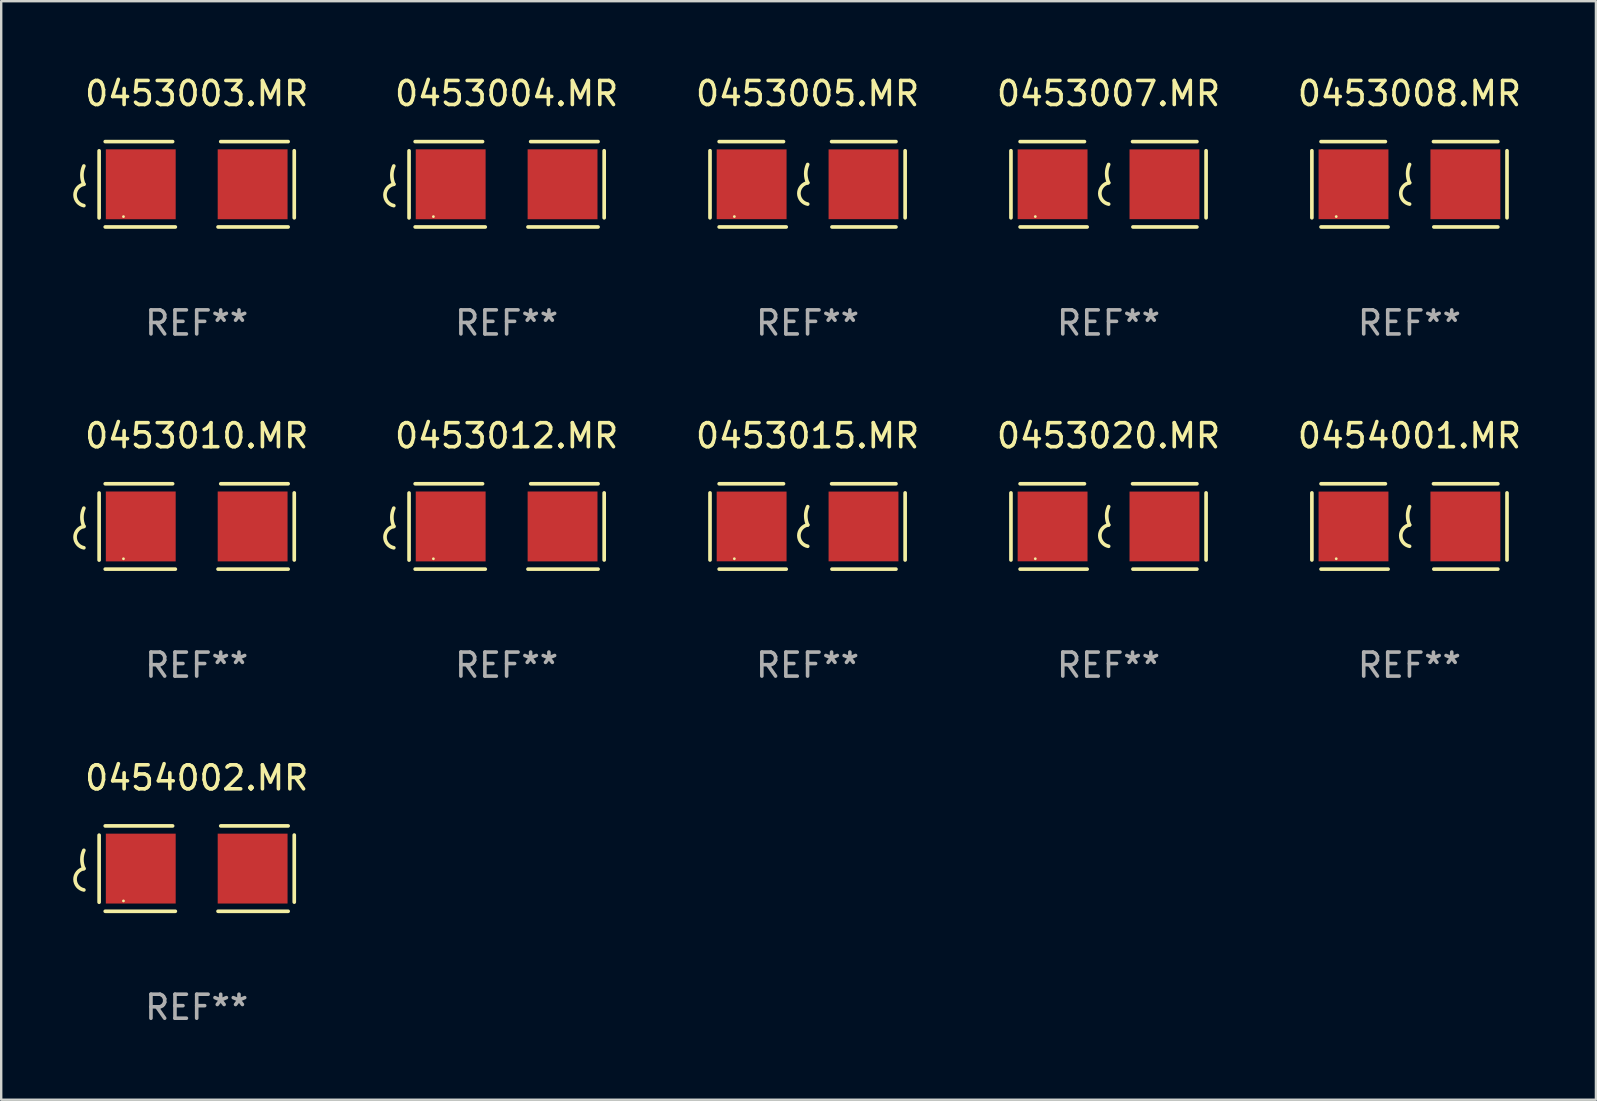
<source format=kicad_pcb>
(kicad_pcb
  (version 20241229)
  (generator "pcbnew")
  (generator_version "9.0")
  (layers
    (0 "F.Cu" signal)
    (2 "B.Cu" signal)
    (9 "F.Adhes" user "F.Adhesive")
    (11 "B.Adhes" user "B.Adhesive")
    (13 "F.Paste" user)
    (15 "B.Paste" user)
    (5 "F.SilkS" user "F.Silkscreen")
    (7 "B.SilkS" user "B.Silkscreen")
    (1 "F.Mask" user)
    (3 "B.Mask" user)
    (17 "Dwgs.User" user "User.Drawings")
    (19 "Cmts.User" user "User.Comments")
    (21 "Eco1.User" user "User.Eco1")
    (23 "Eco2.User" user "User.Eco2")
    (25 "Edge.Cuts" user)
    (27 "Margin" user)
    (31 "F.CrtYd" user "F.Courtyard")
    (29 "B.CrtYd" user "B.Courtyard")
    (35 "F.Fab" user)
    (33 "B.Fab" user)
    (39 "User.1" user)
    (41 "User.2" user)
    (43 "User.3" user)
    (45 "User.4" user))
  (footprint "0453007.MR"
    (layer "F.Cu")
    (at 43.125 4.626)
    (property "Reference" "0453007.MR" (at 0 -3.778 0) (layer "F.SilkS") (effects (font (size 1 1) (thickness 0.15))))
    (attr through_hole)
    (fp_line (start -4.064 -1.397) (end -4.064 1.397) (stroke (width 0.152) (type solid)) (layer "F.SilkS"))
    (fp_line (start -3.683 -1.778) (end -1.002 -1.778) (stroke (width 0.152) (type solid)) (layer "F.SilkS"))
    (fp_line (start -0.889 1.778) (end -3.683 1.778) (stroke (width 0.152) (type solid)) (layer "F.SilkS"))
    (fp_line (start 1.016 1.778) (end 3.683 1.778) (stroke (width 0.152) (type solid)) (layer "F.SilkS"))
    (fp_line (start 3.683 -1.778) (end 1.001 -1.778) (stroke (width 0.152) (type solid)) (layer "F.SilkS"))
    (fp_line (start 4.064 -1.397) (end 4.064 1.397) (stroke (width 0.152) (type solid)) (layer "F.SilkS"))
    (fp_arc (start 0.006045 -0.0635) (mid -0.075591 -0.444501) (end 0.006045 -0.825502) (stroke (width 0.151994) (type solid)) (layer "F.SilkS"))
    (fp_arc (start 0.006045 0.825502) (mid -0.361643 0.381001) (end 0.006045 -0.0635) (stroke (width 0.151994) (type solid)) (layer "F.SilkS"))
    (fp_circle (center -3.05 1.345) (end -3.02 1.345) (stroke (width 0.06) (type solid)) (fill no) (layer "F.SilkS"))
    (fp_text user "REF**" (at 0 5.778 0) (layer "F.Fab") (effects (font (size 1 1) (thickness 0.15))))
    (pad "1" smd rect (at -2.33 0) (size 2.91 2.905) (layers "F.Cu" "F.Mask" "F.Paste"))
    (pad "2" smd rect (at 2.33 0) (size 2.91 2.905) (layers "F.Cu" "F.Mask" "F.Paste")))
  (footprint "0453015.MR"
    (layer "F.Cu")
    (at 30.589 18.879)
    (property "Reference" "0453015.MR" (at 0 -3.778 0) (layer "F.SilkS") (effects (font (size 1 1) (thickness 0.15))))
    (attr through_hole)
    (fp_line (start -4.064 -1.397) (end -4.064 1.397) (stroke (width 0.152) (type solid)) (layer "F.SilkS"))
    (fp_line (start -3.683 -1.778) (end -1.002 -1.778) (stroke (width 0.152) (type solid)) (layer "F.SilkS"))
    (fp_line (start -0.889 1.778) (end -3.683 1.778) (stroke (width 0.152) (type solid)) (layer "F.SilkS"))
    (fp_line (start 1.016 1.778) (end 3.683 1.778) (stroke (width 0.152) (type solid)) (layer "F.SilkS"))
    (fp_line (start 3.683 -1.778) (end 1.001 -1.778) (stroke (width 0.152) (type solid)) (layer "F.SilkS"))
    (fp_line (start 4.064 -1.397) (end 4.064 1.397) (stroke (width 0.152) (type solid)) (layer "F.SilkS"))
    (fp_arc (start 0.006045 -0.0635) (mid -0.075591 -0.444501) (end 0.006045 -0.825502) (stroke (width 0.151994) (type solid)) (layer "F.SilkS"))
    (fp_arc (start 0.006045 0.825502) (mid -0.361643 0.381001) (end 0.006045 -0.0635) (stroke (width 0.151994) (type solid)) (layer "F.SilkS"))
    (fp_circle (center -3.05 1.345) (end -3.02 1.345) (stroke (width 0.06) (type solid)) (fill no) (layer "F.SilkS"))
    (fp_text user "REF**" (at 0 5.778 0) (layer "F.Fab") (effects (font (size 1 1) (thickness 0.15))))
    (pad "1" smd rect (at -2.33 0) (size 2.91 2.905) (layers "F.Cu" "F.Mask" "F.Paste"))
    (pad "2" smd rect (at 2.33 0) (size 2.91 2.905) (layers "F.Cu" "F.Mask" "F.Paste")))
  (footprint "0453004.MR"
    (layer "F.Cu")
    (at 18.053 4.626)
    (property "Reference" "0453004.MR" (at 0 -3.778 0) (layer "F.SilkS") (effects (font (size 1 1) (thickness 0.15))))
    (attr through_hole)
    (fp_line (start -4.064 -1.393) (end -4.064 1.401) (stroke (width 0.152) (type solid)) (layer "F.SilkS"))
    (fp_line (start -3.81 -1.778) (end -1.002 -1.778) (stroke (width 0.152) (type solid)) (layer "F.SilkS"))
    (fp_line (start -0.889 1.778) (end -3.81 1.778) (stroke (width 0.152) (type solid)) (layer "F.SilkS"))
    (fp_line (start 0.889 1.778) (end 3.81 1.778) (stroke (width 0.152) (type solid)) (layer "F.SilkS"))
    (fp_line (start 3.81 -1.778) (end 1.002 -1.778) (stroke (width 0.152) (type solid)) (layer "F.SilkS"))
    (fp_line (start 4.064 -1.397) (end 4.064 1.397) (stroke (width 0.152) (type solid)) (layer "F.SilkS"))
    (fp_arc (start -4.699009 0) (mid -4.780645 -0.381001) (end -4.699009 -0.762002) (stroke (width 0.151994) (type solid)) (layer "F.SilkS"))
    (fp_arc (start -4.699009 0.889002) (mid -5.066697 0.444501) (end -4.699009 0) (stroke (width 0.151994) (type solid)) (layer "F.SilkS"))
    (fp_circle (center -3.05 1.347) (end -3.02 1.347) (stroke (width 0.06) (type solid)) (fill no) (layer "F.SilkS"))
    (fp_text user "REF**" (at 0 5.778 0) (layer "F.Fab") (effects (font (size 1 1) (thickness 0.15))))
    (pad "1" smd rect (at -2.33 0) (size 2.91 2.911) (layers "F.Cu" "F.Mask" "F.Paste"))
    (pad "2" smd rect (at 2.33 0) (size 2.91 2.911) (layers "F.Cu" "F.Mask" "F.Paste")))
  (footprint "0453012.MR"
    (layer "F.Cu")
    (at 18.053 18.879)
    (property "Reference" "0453012.MR" (at 0 -3.778 0) (layer "F.SilkS") (effects (font (size 1 1) (thickness 0.15))))
    (attr through_hole)
    (fp_line (start -4.064 -1.393) (end -4.064 1.401) (stroke (width 0.152) (type solid)) (layer "F.SilkS"))
    (fp_line (start -3.81 -1.778) (end -1.002 -1.778) (stroke (width 0.152) (type solid)) (layer "F.SilkS"))
    (fp_line (start -0.889 1.778) (end -3.81 1.778) (stroke (width 0.152) (type solid)) (layer "F.SilkS"))
    (fp_line (start 0.889 1.778) (end 3.81 1.778) (stroke (width 0.152) (type solid)) (layer "F.SilkS"))
    (fp_line (start 3.81 -1.778) (end 1.002 -1.778) (stroke (width 0.152) (type solid)) (layer "F.SilkS"))
    (fp_line (start 4.064 -1.397) (end 4.064 1.397) (stroke (width 0.152) (type solid)) (layer "F.SilkS"))
    (fp_arc (start -4.699009 0) (mid -4.780645 -0.381001) (end -4.699009 -0.762002) (stroke (width 0.151994) (type solid)) (layer "F.SilkS"))
    (fp_arc (start -4.699009 0.889002) (mid -5.066697 0.444501) (end -4.699009 0) (stroke (width 0.151994) (type solid)) (layer "F.SilkS"))
    (fp_circle (center -3.05 1.347) (end -3.02 1.347) (stroke (width 0.06) (type solid)) (fill no) (layer "F.SilkS"))
    (fp_text user "REF**" (at 0 5.778 0) (layer "F.Fab") (effects (font (size 1 1) (thickness 0.15))))
    (pad "1" smd rect (at -2.33 0) (size 2.91 2.911) (layers "F.Cu" "F.Mask" "F.Paste"))
    (pad "2" smd rect (at 2.33 0) (size 2.91 2.911) (layers "F.Cu" "F.Mask" "F.Paste")))
  (footprint "0453010.MR"
    (layer "F.Cu")
    (at 5.143 18.879)
    (property "Reference" "0453010.MR" (at 0 -3.778 0) (layer "F.SilkS") (effects (font (size 1 1) (thickness 0.15))))
    (attr through_hole)
    (fp_line (start -4.064 -1.393) (end -4.064 1.401) (stroke (width 0.152) (type solid)) (layer "F.SilkS"))
    (fp_line (start -3.81 -1.778) (end -1.002 -1.778) (stroke (width 0.152) (type solid)) (layer "F.SilkS"))
    (fp_line (start -0.889 1.778) (end -3.81 1.778) (stroke (width 0.152) (type solid)) (layer "F.SilkS"))
    (fp_line (start 0.889 1.778) (end 3.81 1.778) (stroke (width 0.152) (type solid)) (layer "F.SilkS"))
    (fp_line (start 3.81 -1.778) (end 1.002 -1.778) (stroke (width 0.152) (type solid)) (layer "F.SilkS"))
    (fp_line (start 4.064 -1.397) (end 4.064 1.397) (stroke (width 0.152) (type solid)) (layer "F.SilkS"))
    (fp_arc (start -4.699009 0) (mid -4.780645 -0.381001) (end -4.699009 -0.762002) (stroke (width 0.151994) (type solid)) (layer "F.SilkS"))
    (fp_arc (start -4.699009 0.889002) (mid -5.066697 0.444501) (end -4.699009 0) (stroke (width 0.151994) (type solid)) (layer "F.SilkS"))
    (fp_circle (center -3.05 1.347) (end -3.02 1.347) (stroke (width 0.06) (type solid)) (fill no) (layer "F.SilkS"))
    (fp_text user "REF**" (at 0 5.778 0) (layer "F.Fab") (effects (font (size 1 1) (thickness 0.15))))
    (pad "1" smd rect (at -2.33 0) (size 2.91 2.911) (layers "F.Cu" "F.Mask" "F.Paste"))
    (pad "2" smd rect (at 2.33 0) (size 2.91 2.911) (layers "F.Cu" "F.Mask" "F.Paste")))
  (footprint "0454002.MR"
    (layer "F.Cu")
    (at 5.143 33.131)
    (property "Reference" "0454002.MR" (at 0 -3.778 0) (layer "F.SilkS") (effects (font (size 1 1) (thickness 0.15))))
    (attr through_hole)
    (fp_line (start -4.064 -1.393) (end -4.064 1.401) (stroke (width 0.152) (type solid)) (layer "F.SilkS"))
    (fp_line (start -3.81 -1.778) (end -1.002 -1.778) (stroke (width 0.152) (type solid)) (layer "F.SilkS"))
    (fp_line (start -0.889 1.778) (end -3.81 1.778) (stroke (width 0.152) (type solid)) (layer "F.SilkS"))
    (fp_line (start 0.889 1.778) (end 3.81 1.778) (stroke (width 0.152) (type solid)) (layer "F.SilkS"))
    (fp_line (start 3.81 -1.778) (end 1.002 -1.778) (stroke (width 0.152) (type solid)) (layer "F.SilkS"))
    (fp_line (start 4.064 -1.397) (end 4.064 1.397) (stroke (width 0.152) (type solid)) (layer "F.SilkS"))
    (fp_arc (start -4.699009 0) (mid -4.780645 -0.381001) (end -4.699009 -0.762002) (stroke (width 0.151994) (type solid)) (layer "F.SilkS"))
    (fp_arc (start -4.699009 0.889002) (mid -5.066697 0.444501) (end -4.699009 0) (stroke (width 0.151994) (type solid)) (layer "F.SilkS"))
    (fp_circle (center -3.05 1.347) (end -3.02 1.347) (stroke (width 0.06) (type solid)) (fill no) (layer "F.SilkS"))
    (fp_text user "REF**" (at 0 5.778 0) (layer "F.Fab") (effects (font (size 1 1) (thickness 0.15))))
    (pad "1" smd rect (at -2.33 0) (size 2.91 2.911) (layers "F.Cu" "F.Mask" "F.Paste"))
    (pad "2" smd rect (at 2.33 0) (size 2.91 2.911) (layers "F.Cu" "F.Mask" "F.Paste")))
  (footprint "0453005.MR"
    (layer "F.Cu")
    (at 30.589 4.626)
    (property "Reference" "0453005.MR" (at 0 -3.778 0) (layer "F.SilkS") (effects (font (size 1 1) (thickness 0.15))))
    (attr through_hole)
    (fp_line (start -4.064 -1.397) (end -4.064 1.397) (stroke (width 0.152) (type solid)) (layer "F.SilkS"))
    (fp_line (start -3.683 -1.778) (end -1.002 -1.778) (stroke (width 0.152) (type solid)) (layer "F.SilkS"))
    (fp_line (start -0.889 1.778) (end -3.683 1.778) (stroke (width 0.152) (type solid)) (layer "F.SilkS"))
    (fp_line (start 1.016 1.778) (end 3.683 1.778) (stroke (width 0.152) (type solid)) (layer "F.SilkS"))
    (fp_line (start 3.683 -1.778) (end 1.001 -1.778) (stroke (width 0.152) (type solid)) (layer "F.SilkS"))
    (fp_line (start 4.064 -1.397) (end 4.064 1.397) (stroke (width 0.152) (type solid)) (layer "F.SilkS"))
    (fp_arc (start 0.006045 -0.0635) (mid -0.075591 -0.444501) (end 0.006045 -0.825502) (stroke (width 0.151994) (type solid)) (layer "F.SilkS"))
    (fp_arc (start 0.006045 0.825502) (mid -0.361643 0.381001) (end 0.006045 -0.0635) (stroke (width 0.151994) (type solid)) (layer "F.SilkS"))
    (fp_circle (center -3.05 1.345) (end -3.02 1.345) (stroke (width 0.06) (type solid)) (fill no) (layer "F.SilkS"))
    (fp_text user "REF**" (at 0 5.778 0) (layer "F.Fab") (effects (font (size 1 1) (thickness 0.15))))
    (pad "1" smd rect (at -2.33 0) (size 2.91 2.905) (layers "F.Cu" "F.Mask" "F.Paste"))
    (pad "2" smd rect (at 2.33 0) (size 2.91 2.905) (layers "F.Cu" "F.Mask" "F.Paste")))
  (footprint "0453003.MR"
    (layer "F.Cu")
    (at 5.143 4.626)
    (property "Reference" "0453003.MR" (at 0 -3.778 0) (layer "F.SilkS") (effects (font (size 1 1) (thickness 0.15))))
    (attr through_hole)
    (fp_line (start -4.064 -1.393) (end -4.064 1.401) (stroke (width 0.152) (type solid)) (layer "F.SilkS"))
    (fp_line (start -3.81 -1.778) (end -1.002 -1.778) (stroke (width 0.152) (type solid)) (layer "F.SilkS"))
    (fp_line (start -0.889 1.778) (end -3.81 1.778) (stroke (width 0.152) (type solid)) (layer "F.SilkS"))
    (fp_line (start 0.889 1.778) (end 3.81 1.778) (stroke (width 0.152) (type solid)) (layer "F.SilkS"))
    (fp_line (start 3.81 -1.778) (end 1.002 -1.778) (stroke (width 0.152) (type solid)) (layer "F.SilkS"))
    (fp_line (start 4.064 -1.397) (end 4.064 1.397) (stroke (width 0.152) (type solid)) (layer "F.SilkS"))
    (fp_arc (start -4.699009 0) (mid -4.780645 -0.381001) (end -4.699009 -0.762002) (stroke (width 0.151994) (type solid)) (layer "F.SilkS"))
    (fp_arc (start -4.699009 0.889002) (mid -5.066697 0.444501) (end -4.699009 0) (stroke (width 0.151994) (type solid)) (layer "F.SilkS"))
    (fp_circle (center -3.05 1.347) (end -3.02 1.347) (stroke (width 0.06) (type solid)) (fill no) (layer "F.SilkS"))
    (fp_text user "REF**" (at 0 5.778 0) (layer "F.Fab") (effects (font (size 1 1) (thickness 0.15))))
    (pad "1" smd rect (at -2.33 0) (size 2.91 2.911) (layers "F.Cu" "F.Mask" "F.Paste"))
    (pad "2" smd rect (at 2.33 0) (size 2.91 2.911) (layers "F.Cu" "F.Mask" "F.Paste")))
  (footprint "0454001.MR"
    (layer "F.Cu")
    (at 55.66 18.879)
    (property "Reference" "0454001.MR" (at 0 -3.778 0) (layer "F.SilkS") (effects (font (size 1 1) (thickness 0.15))))
    (attr through_hole)
    (fp_line (start -4.064 -1.397) (end -4.064 1.397) (stroke (width 0.152) (type solid)) (layer "F.SilkS"))
    (fp_line (start -3.683 -1.778) (end -1.002 -1.778) (stroke (width 0.152) (type solid)) (layer "F.SilkS"))
    (fp_line (start -0.889 1.778) (end -3.683 1.778) (stroke (width 0.152) (type solid)) (layer "F.SilkS"))
    (fp_line (start 1.016 1.778) (end 3.683 1.778) (stroke (width 0.152) (type solid)) (layer "F.SilkS"))
    (fp_line (start 3.683 -1.778) (end 1.001 -1.778) (stroke (width 0.152) (type solid)) (layer "F.SilkS"))
    (fp_line (start 4.064 -1.397) (end 4.064 1.397) (stroke (width 0.152) (type solid)) (layer "F.SilkS"))
    (fp_arc (start 0.006045 -0.0635) (mid -0.075591 -0.444501) (end 0.006045 -0.825502) (stroke (width 0.151994) (type solid)) (layer "F.SilkS"))
    (fp_arc (start 0.006045 0.825502) (mid -0.361643 0.381001) (end 0.006045 -0.0635) (stroke (width 0.151994) (type solid)) (layer "F.SilkS"))
    (fp_circle (center -3.05 1.345) (end -3.02 1.345) (stroke (width 0.06) (type solid)) (fill no) (layer "F.SilkS"))
    (fp_text user "REF**" (at 0 5.778 0) (layer "F.Fab") (effects (font (size 1 1) (thickness 0.15))))
    (pad "1" smd rect (at -2.33 0) (size 2.91 2.905) (layers "F.Cu" "F.Mask" "F.Paste"))
    (pad "2" smd rect (at 2.33 0) (size 2.91 2.905) (layers "F.Cu" "F.Mask" "F.Paste")))
  (footprint "0453008.MR"
    (layer "F.Cu")
    (at 55.66 4.626)
    (property "Reference" "0453008.MR" (at 0 -3.778 0) (layer "F.SilkS") (effects (font (size 1 1) (thickness 0.15))))
    (attr through_hole)
    (fp_line (start -4.064 -1.397) (end -4.064 1.397) (stroke (width 0.152) (type solid)) (layer "F.SilkS"))
    (fp_line (start -3.683 -1.778) (end -1.002 -1.778) (stroke (width 0.152) (type solid)) (layer "F.SilkS"))
    (fp_line (start -0.889 1.778) (end -3.683 1.778) (stroke (width 0.152) (type solid)) (layer "F.SilkS"))
    (fp_line (start 1.016 1.778) (end 3.683 1.778) (stroke (width 0.152) (type solid)) (layer "F.SilkS"))
    (fp_line (start 3.683 -1.778) (end 1.001 -1.778) (stroke (width 0.152) (type solid)) (layer "F.SilkS"))
    (fp_line (start 4.064 -1.397) (end 4.064 1.397) (stroke (width 0.152) (type solid)) (layer "F.SilkS"))
    (fp_arc (start 0.006045 -0.0635) (mid -0.075591 -0.444501) (end 0.006045 -0.825502) (stroke (width 0.151994) (type solid)) (layer "F.SilkS"))
    (fp_arc (start 0.006045 0.825502) (mid -0.361643 0.381001) (end 0.006045 -0.0635) (stroke (width 0.151994) (type solid)) (layer "F.SilkS"))
    (fp_circle (center -3.05 1.345) (end -3.02 1.345) (stroke (width 0.06) (type solid)) (fill no) (layer "F.SilkS"))
    (fp_text user "REF**" (at 0 5.778 0) (layer "F.Fab") (effects (font (size 1 1) (thickness 0.15))))
    (pad "1" smd rect (at -2.33 0) (size 2.91 2.905) (layers "F.Cu" "F.Mask" "F.Paste"))
    (pad "2" smd rect (at 2.33 0) (size 2.91 2.905) (layers "F.Cu" "F.Mask" "F.Paste")))
  (footprint "0453020.MR"
    (layer "F.Cu")
    (at 43.125 18.879)
    (property "Reference" "0453020.MR" (at 0 -3.778 0) (layer "F.SilkS") (effects (font (size 1 1) (thickness 0.15))))
    (attr through_hole)
    (fp_line (start -4.064 -1.397) (end -4.064 1.397) (stroke (width 0.152) (type solid)) (layer "F.SilkS"))
    (fp_line (start -3.683 -1.778) (end -1.002 -1.778) (stroke (width 0.152) (type solid)) (layer "F.SilkS"))
    (fp_line (start -0.889 1.778) (end -3.683 1.778) (stroke (width 0.152) (type solid)) (layer "F.SilkS"))
    (fp_line (start 1.016 1.778) (end 3.683 1.778) (stroke (width 0.152) (type solid)) (layer "F.SilkS"))
    (fp_line (start 3.683 -1.778) (end 1.001 -1.778) (stroke (width 0.152) (type solid)) (layer "F.SilkS"))
    (fp_line (start 4.064 -1.397) (end 4.064 1.397) (stroke (width 0.152) (type solid)) (layer "F.SilkS"))
    (fp_arc (start 0.006045 -0.0635) (mid -0.075591 -0.444501) (end 0.006045 -0.825502) (stroke (width 0.151994) (type solid)) (layer "F.SilkS"))
    (fp_arc (start 0.006045 0.825502) (mid -0.361643 0.381001) (end 0.006045 -0.0635) (stroke (width 0.151994) (type solid)) (layer "F.SilkS"))
    (fp_circle (center -3.05 1.345) (end -3.02 1.345) (stroke (width 0.06) (type solid)) (fill no) (layer "F.SilkS"))
    (fp_text user "REF**" (at 0 5.778 0) (layer "F.Fab") (effects (font (size 1 1) (thickness 0.15))))
    (pad "1" smd rect (at -2.33 0) (size 2.91 2.905) (layers "F.Cu" "F.Mask" "F.Paste"))
    (pad "2" smd rect (at 2.33 0) (size 2.91 2.905) (layers "F.Cu" "F.Mask" "F.Paste")))
  (gr_rect
    (start -3 -3)
    (end 63.428 42.758)
    (stroke (width 0.1) (type default))
    (fill no)
    (layer "Edge.Cuts")))
</source>
